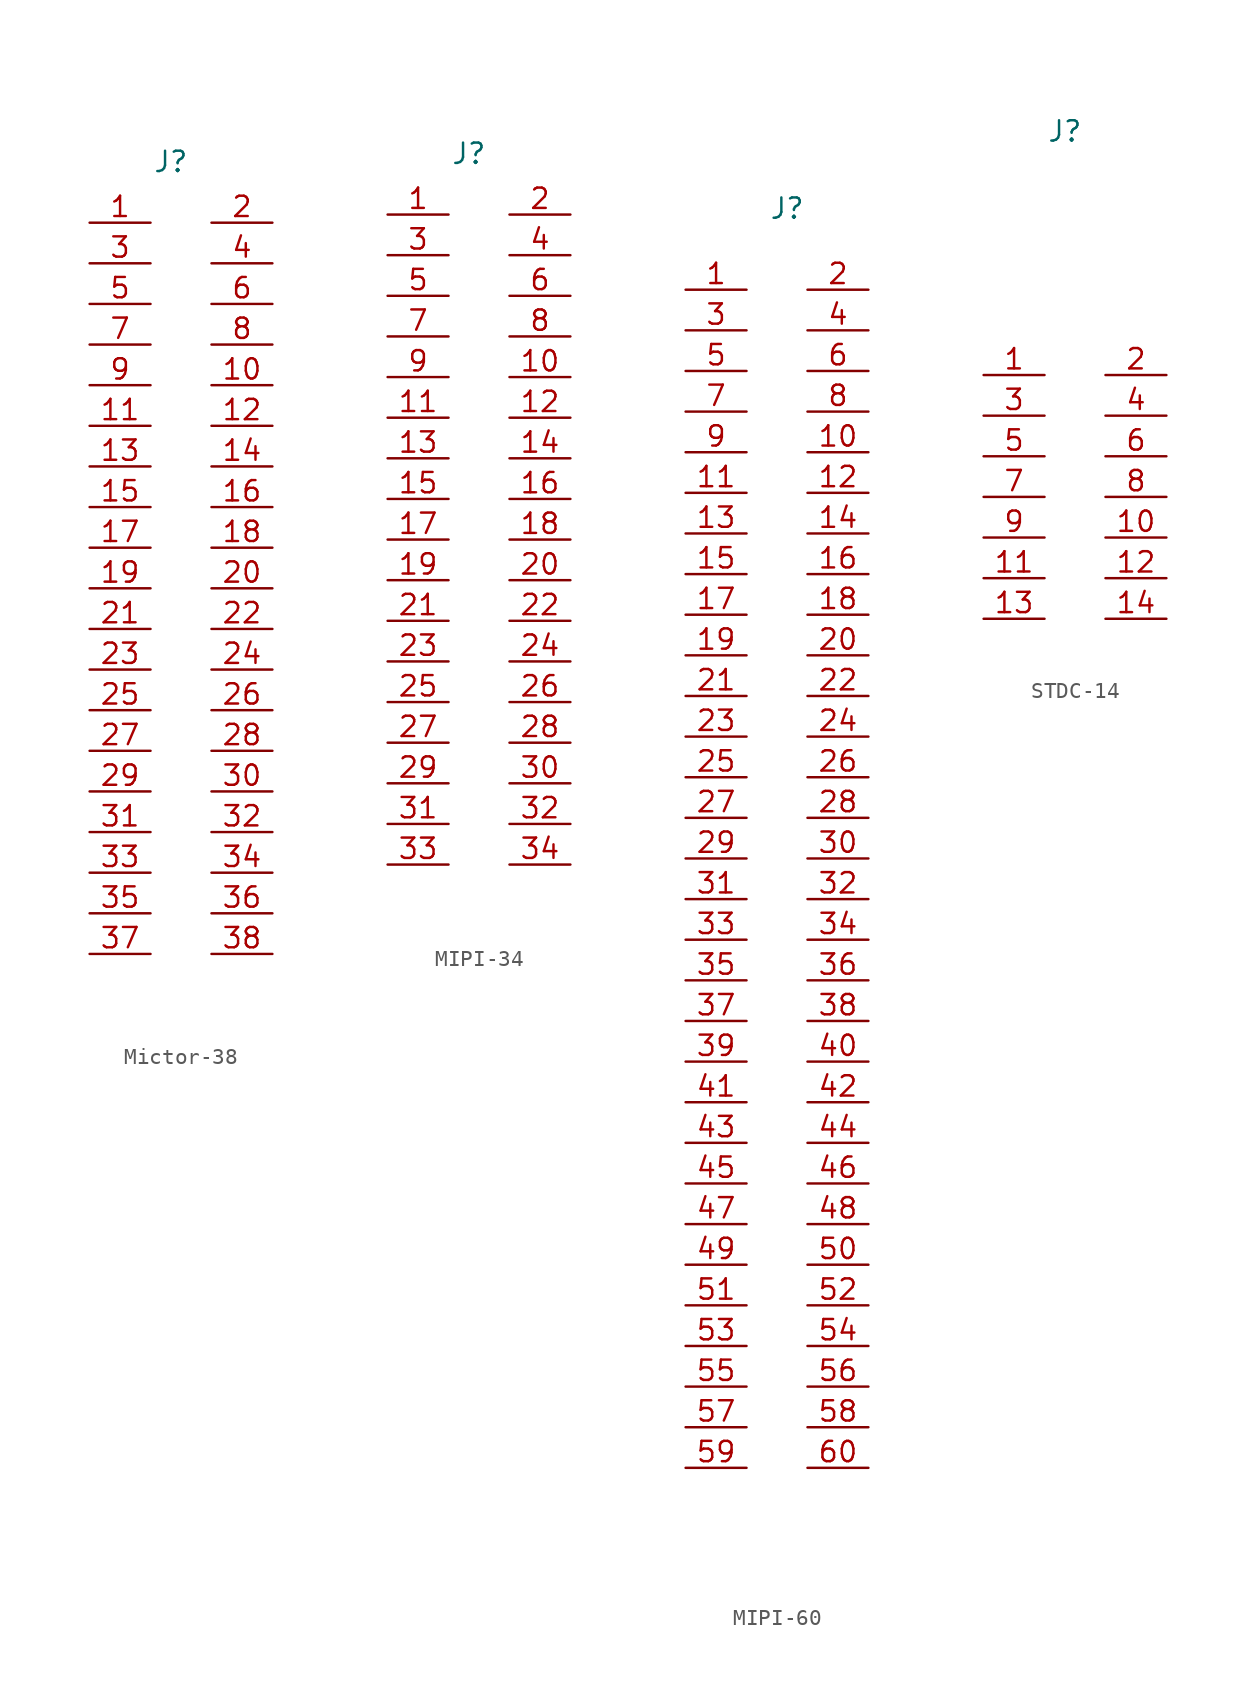
<source format=kicad_sym>
(kicad_symbol_lib
  (version 20231120)
  (generator "kicad_symbol_editor")
  (generator_version "8.0")
  (symbol "Mictor-38"
    (property "Reference" "J"
      (at 0 25.4 0)
      (effects (font (size 1.27 1.27))))
    (property "Value" ""
      (at 0 25.4 0)
      (effects (font (size 1.27 1.27))))
    (symbol "Mictor-38_1_1"
      (pin passive line (at -5.08 21.59 0) (length 3.81) (name "" (effects (font (size 1.27 1.27)))) (number "1" (effects (font (size 1.27 1.27)))))
      (pin passive line (at 6.35 11.43 180) (length 3.81) (name "" (effects (font (size 1.27 1.27)))) (number "10" (effects (font (size 1.27 1.27)))))
      (pin passive line (at -5.08 8.89 0) (length 3.81) (name "" (effects (font (size 1.27 1.27)))) (number "11" (effects (font (size 1.27 1.27)))))
      (pin passive line (at 6.35 8.89 180) (length 3.81) (name "" (effects (font (size 1.27 1.27)))) (number "12" (effects (font (size 1.27 1.27)))))
      (pin passive line (at -5.08 6.35 0) (length 3.81) (name "" (effects (font (size 1.27 1.27)))) (number "13" (effects (font (size 1.27 1.27)))))
      (pin passive line (at 6.35 6.35 180) (length 3.81) (name "" (effects (font (size 1.27 1.27)))) (number "14" (effects (font (size 1.27 1.27)))))
      (pin passive line (at -5.08 3.81 0) (length 3.81) (name "" (effects (font (size 1.27 1.27)))) (number "15" (effects (font (size 1.27 1.27)))))
      (pin passive line (at 6.35 3.81 180) (length 3.81) (name "" (effects (font (size 1.27 1.27)))) (number "16" (effects (font (size 1.27 1.27)))))
      (pin passive line (at -5.08 1.27 0) (length 3.81) (name "" (effects (font (size 1.27 1.27)))) (number "17" (effects (font (size 1.27 1.27)))))
      (pin passive line (at 6.35 1.27 180) (length 3.81) (name "" (effects (font (size 1.27 1.27)))) (number "18" (effects (font (size 1.27 1.27)))))
      (pin passive line (at -5.08 -1.27 0) (length 3.81) (name "" (effects (font (size 1.27 1.27)))) (number "19" (effects (font (size 1.27 1.27)))))
      (pin passive line (at 6.35 21.59 180) (length 3.81) (name "" (effects (font (size 1.27 1.27)))) (number "2" (effects (font (size 1.27 1.27)))))
      (pin passive line (at 6.35 -1.27 180) (length 3.81) (name "" (effects (font (size 1.27 1.27)))) (number "20" (effects (font (size 1.27 1.27)))))
      (pin passive line (at -5.08 -3.81 0) (length 3.81) (name "" (effects (font (size 1.27 1.27)))) (number "21" (effects (font (size 1.27 1.27)))))
      (pin passive line (at 6.35 -3.81 180) (length 3.81) (name "" (effects (font (size 1.27 1.27)))) (number "22" (effects (font (size 1.27 1.27)))))
      (pin passive line (at -5.08 -6.35 0) (length 3.81) (name "" (effects (font (size 1.27 1.27)))) (number "23" (effects (font (size 1.27 1.27)))))
      (pin passive line (at 6.35 -6.35 180) (length 3.81) (name "" (effects (font (size 1.27 1.27)))) (number "24" (effects (font (size 1.27 1.27)))))
      (pin passive line (at -5.08 -8.89 0) (length 3.81) (name "" (effects (font (size 1.27 1.27)))) (number "25" (effects (font (size 1.27 1.27)))))
      (pin passive line (at 6.35 -8.89 180) (length 3.81) (name "" (effects (font (size 1.27 1.27)))) (number "26" (effects (font (size 1.27 1.27)))))
      (pin passive line (at -5.08 -11.43 0) (length 3.81) (name "" (effects (font (size 1.27 1.27)))) (number "27" (effects (font (size 1.27 1.27)))))
      (pin passive line (at 6.35 -11.43 180) (length 3.81) (name "" (effects (font (size 1.27 1.27)))) (number "28" (effects (font (size 1.27 1.27)))))
      (pin passive line (at -5.08 -13.97 0) (length 3.81) (name "" (effects (font (size 1.27 1.27)))) (number "29" (effects (font (size 1.27 1.27)))))
      (pin passive line (at -5.08 19.05 0) (length 3.81) (name "" (effects (font (size 1.27 1.27)))) (number "3" (effects (font (size 1.27 1.27)))))
      (pin passive line (at 6.35 -13.97 180) (length 3.81) (name "" (effects (font (size 1.27 1.27)))) (number "30" (effects (font (size 1.27 1.27)))))
      (pin passive line (at -5.08 -16.51 0) (length 3.81) (name "" (effects (font (size 1.27 1.27)))) (number "31" (effects (font (size 1.27 1.27)))))
      (pin passive line (at 6.35 -16.51 180) (length 3.81) (name "" (effects (font (size 1.27 1.27)))) (number "32" (effects (font (size 1.27 1.27)))))
      (pin passive line (at -5.08 -19.05 0) (length 3.81) (name "" (effects (font (size 1.27 1.27)))) (number "33" (effects (font (size 1.27 1.27)))))
      (pin passive line (at 6.35 -19.05 180) (length 3.81) (name "" (effects (font (size 1.27 1.27)))) (number "34" (effects (font (size 1.27 1.27)))))
      (pin passive line (at -5.08 -21.59 0) (length 3.81) (name "" (effects (font (size 1.27 1.27)))) (number "35" (effects (font (size 1.27 1.27)))))
      (pin passive line (at 6.35 -21.59 180) (length 3.81) (name "" (effects (font (size 1.27 1.27)))) (number "36" (effects (font (size 1.27 1.27)))))
      (pin passive line (at -5.08 -24.13 0) (length 3.81) (name "" (effects (font (size 1.27 1.27)))) (number "37" (effects (font (size 1.27 1.27)))))
      (pin passive line (at 6.35 -24.13 180) (length 3.81) (name "" (effects (font (size 1.27 1.27)))) (number "38" (effects (font (size 1.27 1.27)))))
      (pin passive line (at 6.35 19.05 180) (length 3.81) (name "" (effects (font (size 1.27 1.27)))) (number "4" (effects (font (size 1.27 1.27)))))
      (pin passive line (at -5.08 16.51 0) (length 3.81) (name "" (effects (font (size 1.27 1.27)))) (number "5" (effects (font (size 1.27 1.27)))))
      (pin passive line (at 6.35 16.51 180) (length 3.81) (name "" (effects (font (size 1.27 1.27)))) (number "6" (effects (font (size 1.27 1.27)))))
      (pin passive line (at -5.08 13.97 0) (length 3.81) (name "" (effects (font (size 1.27 1.27)))) (number "7" (effects (font (size 1.27 1.27)))))
      (pin passive line (at 6.35 13.97 180) (length 3.81) (name "" (effects (font (size 1.27 1.27)))) (number "8" (effects (font (size 1.27 1.27)))))
      (pin passive line (at -5.08 11.43 0) (length 3.81) (name "" (effects (font (size 1.27 1.27)))) (number "9" (effects (font (size 1.27 1.27)))))))
  (symbol "MIPI-34"
    (property "Reference" "J"
      (at 0 25.4 0)
      (effects (font (size 1.27 1.27))))
    (property "Value" ""
      (at 0 25.4 0)
      (effects (font (size 1.27 1.27))))
    (symbol "MIPI-34_1_1"
      (pin passive line (at -5.08 21.59 0) (length 3.81) (name "" (effects (font (size 1.27 1.27)))) (number "1" (effects (font (size 1.27 1.27)))))
      (pin passive line (at 6.35 11.43 180) (length 3.81) (name "" (effects (font (size 1.27 1.27)))) (number "10" (effects (font (size 1.27 1.27)))))
      (pin passive line (at -5.08 8.89 0) (length 3.81) (name "" (effects (font (size 1.27 1.27)))) (number "11" (effects (font (size 1.27 1.27)))))
      (pin passive line (at 6.35 8.89 180) (length 3.81) (name "" (effects (font (size 1.27 1.27)))) (number "12" (effects (font (size 1.27 1.27)))))
      (pin passive line (at -5.08 6.35 0) (length 3.81) (name "" (effects (font (size 1.27 1.27)))) (number "13" (effects (font (size 1.27 1.27)))))
      (pin passive line (at 6.35 6.35 180) (length 3.81) (name "" (effects (font (size 1.27 1.27)))) (number "14" (effects (font (size 1.27 1.27)))))
      (pin passive line (at -5.08 3.81 0) (length 3.81) (name "" (effects (font (size 1.27 1.27)))) (number "15" (effects (font (size 1.27 1.27)))))
      (pin passive line (at 6.35 3.81 180) (length 3.81) (name "" (effects (font (size 1.27 1.27)))) (number "16" (effects (font (size 1.27 1.27)))))
      (pin passive line (at -5.08 1.27 0) (length 3.81) (name "" (effects (font (size 1.27 1.27)))) (number "17" (effects (font (size 1.27 1.27)))))
      (pin passive line (at 6.35 1.27 180) (length 3.81) (name "" (effects (font (size 1.27 1.27)))) (number "18" (effects (font (size 1.27 1.27)))))
      (pin passive line (at -5.08 -1.27 0) (length 3.81) (name "" (effects (font (size 1.27 1.27)))) (number "19" (effects (font (size 1.27 1.27)))))
      (pin passive line (at 6.35 21.59 180) (length 3.81) (name "" (effects (font (size 1.27 1.27)))) (number "2" (effects (font (size 1.27 1.27)))))
      (pin passive line (at 6.35 -1.27 180) (length 3.81) (name "" (effects (font (size 1.27 1.27)))) (number "20" (effects (font (size 1.27 1.27)))))
      (pin passive line (at -5.08 -3.81 0) (length 3.81) (name "" (effects (font (size 1.27 1.27)))) (number "21" (effects (font (size 1.27 1.27)))))
      (pin passive line (at 6.35 -3.81 180) (length 3.81) (name "" (effects (font (size 1.27 1.27)))) (number "22" (effects (font (size 1.27 1.27)))))
      (pin passive line (at -5.08 -6.35 0) (length 3.81) (name "" (effects (font (size 1.27 1.27)))) (number "23" (effects (font (size 1.27 1.27)))))
      (pin passive line (at 6.35 -6.35 180) (length 3.81) (name "" (effects (font (size 1.27 1.27)))) (number "24" (effects (font (size 1.27 1.27)))))
      (pin passive line (at -5.08 -8.89 0) (length 3.81) (name "" (effects (font (size 1.27 1.27)))) (number "25" (effects (font (size 1.27 1.27)))))
      (pin passive line (at 6.35 -8.89 180) (length 3.81) (name "" (effects (font (size 1.27 1.27)))) (number "26" (effects (font (size 1.27 1.27)))))
      (pin passive line (at -5.08 -11.43 0) (length 3.81) (name "" (effects (font (size 1.27 1.27)))) (number "27" (effects (font (size 1.27 1.27)))))
      (pin passive line (at 6.35 -11.43 180) (length 3.81) (name "" (effects (font (size 1.27 1.27)))) (number "28" (effects (font (size 1.27 1.27)))))
      (pin passive line (at -5.08 -13.97 0) (length 3.81) (name "" (effects (font (size 1.27 1.27)))) (number "29" (effects (font (size 1.27 1.27)))))
      (pin passive line (at -5.08 19.05 0) (length 3.81) (name "" (effects (font (size 1.27 1.27)))) (number "3" (effects (font (size 1.27 1.27)))))
      (pin passive line (at 6.35 -13.97 180) (length 3.81) (name "" (effects (font (size 1.27 1.27)))) (number "30" (effects (font (size 1.27 1.27)))))
      (pin passive line (at -5.08 -16.51 0) (length 3.81) (name "" (effects (font (size 1.27 1.27)))) (number "31" (effects (font (size 1.27 1.27)))))
      (pin passive line (at 6.35 -16.51 180) (length 3.81) (name "" (effects (font (size 1.27 1.27)))) (number "32" (effects (font (size 1.27 1.27)))))
      (pin passive line (at -5.08 -19.05 0) (length 3.81) (name "" (effects (font (size 1.27 1.27)))) (number "33" (effects (font (size 1.27 1.27)))))
      (pin passive line (at 6.35 -19.05 180) (length 3.81) (name "" (effects (font (size 1.27 1.27)))) (number "34" (effects (font (size 1.27 1.27)))))
      (pin passive line (at 6.35 19.05 180) (length 3.81) (name "" (effects (font (size 1.27 1.27)))) (number "4" (effects (font (size 1.27 1.27)))))
      (pin passive line (at -5.08 16.51 0) (length 3.81) (name "" (effects (font (size 1.27 1.27)))) (number "5" (effects (font (size 1.27 1.27)))))
      (pin passive line (at 6.35 16.51 180) (length 3.81) (name "" (effects (font (size 1.27 1.27)))) (number "6" (effects (font (size 1.27 1.27)))))
      (pin passive line (at -5.08 13.97 0) (length 3.81) (name "" (effects (font (size 1.27 1.27)))) (number "7" (effects (font (size 1.27 1.27)))))
      (pin passive line (at 6.35 13.97 180) (length 3.81) (name "" (effects (font (size 1.27 1.27)))) (number "8" (effects (font (size 1.27 1.27)))))
      (pin passive line (at -5.08 11.43 0) (length 3.81) (name "" (effects (font (size 1.27 1.27)))) (number "9" (effects (font (size 1.27 1.27)))))))
  (symbol "MIPI-60"
    (property "Reference" "J"
      (at 0 25.4 0)
      (effects (font (size 1.27 1.27))))
    (property "Value" ""
      (at 0 25.4 0)
      (effects (font (size 1.27 1.27))))
    (symbol "MIPI-60_1_1"
      (pin passive line (at -6.35 20.32 0) (length 3.81) (name "" (effects (font (size 1.27 1.27)))) (number "1" (effects (font (size 1.27 1.27)))))
      (pin passive line (at 5.08 10.16 180) (length 3.81) (name "" (effects (font (size 1.27 1.27)))) (number "10" (effects (font (size 1.27 1.27)))))
      (pin passive line (at -6.35 7.62 0) (length 3.81) (name "" (effects (font (size 1.27 1.27)))) (number "11" (effects (font (size 1.27 1.27)))))
      (pin passive line (at 5.08 7.62 180) (length 3.81) (name "" (effects (font (size 1.27 1.27)))) (number "12" (effects (font (size 1.27 1.27)))))
      (pin passive line (at -6.35 5.08 0) (length 3.81) (name "" (effects (font (size 1.27 1.27)))) (number "13" (effects (font (size 1.27 1.27)))))
      (pin passive line (at 5.08 5.08 180) (length 3.81) (name "" (effects (font (size 1.27 1.27)))) (number "14" (effects (font (size 1.27 1.27)))))
      (pin passive line (at -6.35 2.54 0) (length 3.81) (name "" (effects (font (size 1.27 1.27)))) (number "15" (effects (font (size 1.27 1.27)))))
      (pin passive line (at 5.08 2.54 180) (length 3.81) (name "" (effects (font (size 1.27 1.27)))) (number "16" (effects (font (size 1.27 1.27)))))
      (pin passive line (at -6.35 0 0) (length 3.81) (name "" (effects (font (size 1.27 1.27)))) (number "17" (effects (font (size 1.27 1.27)))))
      (pin passive line (at 5.08 0 180) (length 3.81) (name "" (effects (font (size 1.27 1.27)))) (number "18" (effects (font (size 1.27 1.27)))))
      (pin passive line (at -6.35 -2.54 0) (length 3.81) (name "" (effects (font (size 1.27 1.27)))) (number "19" (effects (font (size 1.27 1.27)))))
      (pin passive line (at 5.08 20.32 180) (length 3.81) (name "" (effects (font (size 1.27 1.27)))) (number "2" (effects (font (size 1.27 1.27)))))
      (pin passive line (at 5.08 -2.54 180) (length 3.81) (name "" (effects (font (size 1.27 1.27)))) (number "20" (effects (font (size 1.27 1.27)))))
      (pin passive line (at -6.35 -5.08 0) (length 3.81) (name "" (effects (font (size 1.27 1.27)))) (number "21" (effects (font (size 1.27 1.27)))))
      (pin passive line (at 5.08 -5.08 180) (length 3.81) (name "" (effects (font (size 1.27 1.27)))) (number "22" (effects (font (size 1.27 1.27)))))
      (pin passive line (at -6.35 -7.62 0) (length 3.81) (name "" (effects (font (size 1.27 1.27)))) (number "23" (effects (font (size 1.27 1.27)))))
      (pin passive line (at 5.08 -7.62 180) (length 3.81) (name "" (effects (font (size 1.27 1.27)))) (number "24" (effects (font (size 1.27 1.27)))))
      (pin passive line (at -6.35 -10.16 0) (length 3.81) (name "" (effects (font (size 1.27 1.27)))) (number "25" (effects (font (size 1.27 1.27)))))
      (pin passive line (at 5.08 -10.16 180) (length 3.81) (name "" (effects (font (size 1.27 1.27)))) (number "26" (effects (font (size 1.27 1.27)))))
      (pin passive line (at -6.35 -12.7 0) (length 3.81) (name "" (effects (font (size 1.27 1.27)))) (number "27" (effects (font (size 1.27 1.27)))))
      (pin passive line (at 5.08 -12.7 180) (length 3.81) (name "" (effects (font (size 1.27 1.27)))) (number "28" (effects (font (size 1.27 1.27)))))
      (pin passive line (at -6.35 -15.24 0) (length 3.81) (name "" (effects (font (size 1.27 1.27)))) (number "29" (effects (font (size 1.27 1.27)))))
      (pin passive line (at -6.35 17.78 0) (length 3.81) (name "" (effects (font (size 1.27 1.27)))) (number "3" (effects (font (size 1.27 1.27)))))
      (pin passive line (at 5.08 -15.24 180) (length 3.81) (name "" (effects (font (size 1.27 1.27)))) (number "30" (effects (font (size 1.27 1.27)))))
      (pin passive line (at -6.35 -17.78 0) (length 3.81) (name "" (effects (font (size 1.27 1.27)))) (number "31" (effects (font (size 1.27 1.27)))))
      (pin passive line (at 5.08 -17.78 180) (length 3.81) (name "" (effects (font (size 1.27 1.27)))) (number "32" (effects (font (size 1.27 1.27)))))
      (pin passive line (at -6.35 -20.32 0) (length 3.81) (name "" (effects (font (size 1.27 1.27)))) (number "33" (effects (font (size 1.27 1.27)))))
      (pin passive line (at 5.08 -20.32 180) (length 3.81) (name "" (effects (font (size 1.27 1.27)))) (number "34" (effects (font (size 1.27 1.27)))))
      (pin passive line (at -6.35 -22.86 0) (length 3.81) (name "" (effects (font (size 1.27 1.27)))) (number "35" (effects (font (size 1.27 1.27)))))
      (pin passive line (at 5.08 -22.86 180) (length 3.81) (name "" (effects (font (size 1.27 1.27)))) (number "36" (effects (font (size 1.27 1.27)))))
      (pin passive line (at -6.35 -25.4 0) (length 3.81) (name "" (effects (font (size 1.27 1.27)))) (number "37" (effects (font (size 1.27 1.27)))))
      (pin passive line (at 5.08 -25.4 180) (length 3.81) (name "" (effects (font (size 1.27 1.27)))) (number "38" (effects (font (size 1.27 1.27)))))
      (pin passive line (at -6.35 -27.94 0) (length 3.81) (name "" (effects (font (size 1.27 1.27)))) (number "39" (effects (font (size 1.27 1.27)))))
      (pin passive line (at 5.08 17.78 180) (length 3.81) (name "" (effects (font (size 1.27 1.27)))) (number "4" (effects (font (size 1.27 1.27)))))
      (pin passive line (at 5.08 -27.94 180) (length 3.81) (name "" (effects (font (size 1.27 1.27)))) (number "40" (effects (font (size 1.27 1.27)))))
      (pin passive line (at -6.35 -30.48 0) (length 3.81) (name "" (effects (font (size 1.27 1.27)))) (number "41" (effects (font (size 1.27 1.27)))))
      (pin passive line (at 5.08 -30.48 180) (length 3.81) (name "" (effects (font (size 1.27 1.27)))) (number "42" (effects (font (size 1.27 1.27)))))
      (pin passive line (at -6.35 -33.02 0) (length 3.81) (name "" (effects (font (size 1.27 1.27)))) (number "43" (effects (font (size 1.27 1.27)))))
      (pin passive line (at 5.08 -33.02 180) (length 3.81) (name "" (effects (font (size 1.27 1.27)))) (number "44" (effects (font (size 1.27 1.27)))))
      (pin passive line (at -6.35 -35.56 0) (length 3.81) (name "" (effects (font (size 1.27 1.27)))) (number "45" (effects (font (size 1.27 1.27)))))
      (pin passive line (at 5.08 -35.56 180) (length 3.81) (name "" (effects (font (size 1.27 1.27)))) (number "46" (effects (font (size 1.27 1.27)))))
      (pin passive line (at -6.35 -38.1 0) (length 3.81) (name "" (effects (font (size 1.27 1.27)))) (number "47" (effects (font (size 1.27 1.27)))))
      (pin passive line (at 5.08 -38.1 180) (length 3.81) (name "" (effects (font (size 1.27 1.27)))) (number "48" (effects (font (size 1.27 1.27)))))
      (pin passive line (at -6.35 -40.64 0) (length 3.81) (name "" (effects (font (size 1.27 1.27)))) (number "49" (effects (font (size 1.27 1.27)))))
      (pin passive line (at -6.35 15.24 0) (length 3.81) (name "" (effects (font (size 1.27 1.27)))) (number "5" (effects (font (size 1.27 1.27)))))
      (pin passive line (at 5.08 -40.64 180) (length 3.81) (name "" (effects (font (size 1.27 1.27)))) (number "50" (effects (font (size 1.27 1.27)))))
      (pin passive line (at -6.35 -43.18 0) (length 3.81) (name "" (effects (font (size 1.27 1.27)))) (number "51" (effects (font (size 1.27 1.27)))))
      (pin passive line (at 5.08 -43.18 180) (length 3.81) (name "" (effects (font (size 1.27 1.27)))) (number "52" (effects (font (size 1.27 1.27)))))
      (pin passive line (at -6.35 -45.72 0) (length 3.81) (name "" (effects (font (size 1.27 1.27)))) (number "53" (effects (font (size 1.27 1.27)))))
      (pin passive line (at 5.08 -45.72 180) (length 3.81) (name "" (effects (font (size 1.27 1.27)))) (number "54" (effects (font (size 1.27 1.27)))))
      (pin passive line (at -6.35 -48.26 0) (length 3.81) (name "" (effects (font (size 1.27 1.27)))) (number "55" (effects (font (size 1.27 1.27)))))
      (pin passive line (at 5.08 -48.26 180) (length 3.81) (name "" (effects (font (size 1.27 1.27)))) (number "56" (effects (font (size 1.27 1.27)))))
      (pin passive line (at -6.35 -50.8 0) (length 3.81) (name "" (effects (font (size 1.27 1.27)))) (number "57" (effects (font (size 1.27 1.27)))))
      (pin passive line (at 5.08 -50.8 180) (length 3.81) (name "" (effects (font (size 1.27 1.27)))) (number "58" (effects (font (size 1.27 1.27)))))
      (pin passive line (at -6.35 -53.34 0) (length 3.81) (name "" (effects (font (size 1.27 1.27)))) (number "59" (effects (font (size 1.27 1.27)))))
      (pin passive line (at 5.08 15.24 180) (length 3.81) (name "" (effects (font (size 1.27 1.27)))) (number "6" (effects (font (size 1.27 1.27)))))
      (pin passive line (at 5.08 -53.34 180) (length 3.81) (name "" (effects (font (size 1.27 1.27)))) (number "60" (effects (font (size 1.27 1.27)))))
      (pin passive line (at -6.35 12.7 0) (length 3.81) (name "" (effects (font (size 1.27 1.27)))) (number "7" (effects (font (size 1.27 1.27)))))
      (pin passive line (at 5.08 12.7 180) (length 3.81) (name "" (effects (font (size 1.27 1.27)))) (number "8" (effects (font (size 1.27 1.27)))))
      (pin passive line (at -6.35 10.16 0) (length 3.81) (name "" (effects (font (size 1.27 1.27)))) (number "9" (effects (font (size 1.27 1.27)))))))
  (symbol "STDC-14"
    (property "Reference" "J"
      (at 0 25.4 0)
      (effects (font (size 1.27 1.27))))
    (property "Value" ""
      (at 0 25.4 0)
      (effects (font (size 1.27 1.27))))
    (symbol "STDC-14_1_1"
      (pin passive line (at -5.08 10.16 0) (length 3.81) (name "" (effects (font (size 1.27 1.27)))) (number "1" (effects (font (size 1.27 1.27)))))
      (pin passive line (at 6.35 0 180) (length 3.81) (name "" (effects (font (size 1.27 1.27)))) (number "10" (effects (font (size 1.27 1.27)))))
      (pin passive line (at -5.08 -2.54 0) (length 3.81) (name "" (effects (font (size 1.27 1.27)))) (number "11" (effects (font (size 1.27 1.27)))))
      (pin passive line (at 6.35 -2.54 180) (length 3.81) (name "" (effects (font (size 1.27 1.27)))) (number "12" (effects (font (size 1.27 1.27)))))
      (pin passive line (at -5.08 -5.08 0) (length 3.81) (name "" (effects (font (size 1.27 1.27)))) (number "13" (effects (font (size 1.27 1.27)))))
      (pin passive line (at 6.35 -5.08 180) (length 3.81) (name "" (effects (font (size 1.27 1.27)))) (number "14" (effects (font (size 1.27 1.27)))))
      (pin passive line (at 6.35 10.16 180) (length 3.81) (name "" (effects (font (size 1.27 1.27)))) (number "2" (effects (font (size 1.27 1.27)))))
      (pin passive line (at -5.08 7.62 0) (length 3.81) (name "" (effects (font (size 1.27 1.27)))) (number "3" (effects (font (size 1.27 1.27)))))
      (pin passive line (at 6.35 7.62 180) (length 3.81) (name "" (effects (font (size 1.27 1.27)))) (number "4" (effects (font (size 1.27 1.27)))))
      (pin passive line (at -5.08 5.08 0) (length 3.81) (name "" (effects (font (size 1.27 1.27)))) (number "5" (effects (font (size 1.27 1.27)))))
      (pin passive line (at 6.35 5.08 180) (length 3.81) (name "" (effects (font (size 1.27 1.27)))) (number "6" (effects (font (size 1.27 1.27)))))
      (pin passive line (at -5.08 2.54 0) (length 3.81) (name "" (effects (font (size 1.27 1.27)))) (number "7" (effects (font (size 1.27 1.27)))))
      (pin passive line (at 6.35 2.54 180) (length 3.81) (name "" (effects (font (size 1.27 1.27)))) (number "8" (effects (font (size 1.27 1.27)))))
      (pin passive line (at -5.08 0 0) (length 3.81) (name "" (effects (font (size 1.27 1.27)))) (number "9" (effects (font (size 1.27 1.27))))))))
</source>
